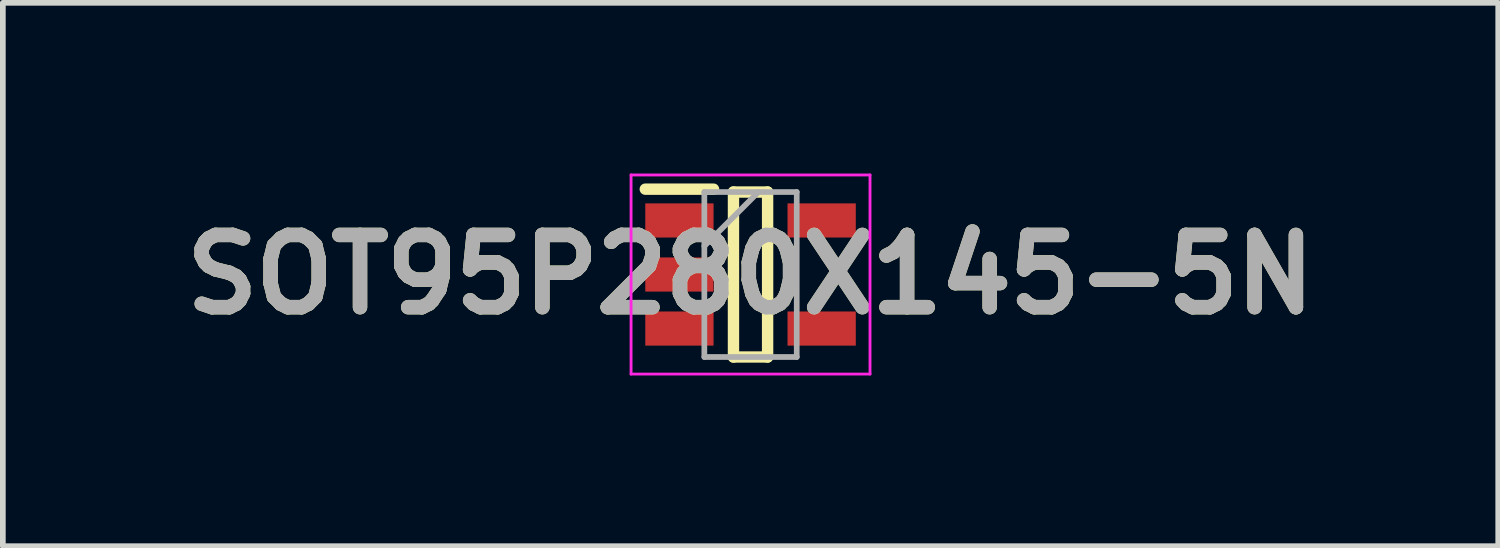
<source format=kicad_pcb>
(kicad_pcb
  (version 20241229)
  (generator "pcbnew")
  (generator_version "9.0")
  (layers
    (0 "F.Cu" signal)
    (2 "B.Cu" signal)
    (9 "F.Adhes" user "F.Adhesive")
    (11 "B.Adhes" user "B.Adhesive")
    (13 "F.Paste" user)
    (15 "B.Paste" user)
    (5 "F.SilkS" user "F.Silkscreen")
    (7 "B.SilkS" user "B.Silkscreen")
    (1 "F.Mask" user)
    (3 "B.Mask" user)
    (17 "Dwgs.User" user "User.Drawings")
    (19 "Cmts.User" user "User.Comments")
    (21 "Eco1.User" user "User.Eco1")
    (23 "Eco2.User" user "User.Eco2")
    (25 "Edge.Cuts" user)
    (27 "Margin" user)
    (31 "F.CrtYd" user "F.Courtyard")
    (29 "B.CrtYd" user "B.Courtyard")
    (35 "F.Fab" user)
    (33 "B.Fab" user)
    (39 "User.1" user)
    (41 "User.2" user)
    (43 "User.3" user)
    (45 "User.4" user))
  (footprint "SOT95P280X145-5N"
    (layer "F.Cu")
    (at 10.142 1.775)
    (property "Reference" "SOT95P280X145-5N" (at 0 0 0) (layer "F.SilkS") (effects (font (size 1.27 1.27) (thickness 0.254))))
    (attr smd)
    (fp_line (start -1.85 -1.5) (end -0.65 -1.5) (stroke (width 0.2) (type solid)) (layer "F.SilkS"))
    (fp_line (start -0.3 -1.45) (end 0.3 -1.45) (stroke (width 0.2) (type solid)) (layer "F.SilkS"))
    (fp_line (start -0.3 1.45) (end -0.3 -1.45) (stroke (width 0.2) (type solid)) (layer "F.SilkS"))
    (fp_line (start 0.3 -1.45) (end 0.3 1.45) (stroke (width 0.2) (type solid)) (layer "F.SilkS"))
    (fp_line (start 0.3 1.45) (end -0.3 1.45) (stroke (width 0.2) (type solid)) (layer "F.SilkS"))
    (fp_line (start -2.1 -1.75) (end 2.1 -1.75) (stroke (width 0.05) (type solid)) (layer "F.CrtYd"))
    (fp_line (start -2.1 1.75) (end -2.1 -1.75) (stroke (width 0.05) (type solid)) (layer "F.CrtYd"))
    (fp_line (start 2.1 -1.75) (end 2.1 1.75) (stroke (width 0.05) (type solid)) (layer "F.CrtYd"))
    (fp_line (start 2.1 1.75) (end -2.1 1.75) (stroke (width 0.05) (type solid)) (layer "F.CrtYd"))
    (fp_line (start -0.812 -1.45) (end 0.812 -1.45) (stroke (width 0.1) (type solid)) (layer "F.Fab"))
    (fp_line (start -0.812 -0.5) (end 0.138 -1.45) (stroke (width 0.1) (type solid)) (layer "F.Fab"))
    (fp_line (start -0.812 1.45) (end -0.812 -1.45) (stroke (width 0.1) (type solid)) (layer "F.Fab"))
    (fp_line (start 0.812 -1.45) (end 0.812 1.45) (stroke (width 0.1) (type solid)) (layer "F.Fab"))
    (fp_line (start 0.812 1.45) (end -0.812 1.45) (stroke (width 0.1) (type solid)) (layer "F.Fab"))
    (fp_text user "${REFERENCE}" (at 0 0 0) (layer "F.Fab") (effects (font (size 1.27 1.27) (thickness 0.254))))
    (pad "1" smd rect (at -1.25 -0.95 90) (size 0.6 1.2) (layers "F.Cu" "F.Mask" "F.Paste"))
    (pad "2" smd rect (at -1.25 0 90) (size 0.6 1.2) (layers "F.Cu" "F.Mask" "F.Paste"))
    (pad "3" smd rect (at -1.25 0.95 90) (size 0.6 1.2) (layers "F.Cu" "F.Mask" "F.Paste"))
    (pad "4" smd rect (at 1.25 0.95 90) (size 0.6 1.2) (layers "F.Cu" "F.Mask" "F.Paste"))
    (pad "5" smd rect (at 1.25 -0.95 90) (size 0.6 1.2) (layers "F.Cu" "F.Mask" "F.Paste")))
  (gr_rect
    (start -3 -3)
    (end 23.284 6.55)
    (stroke (width 0.1) (type default))
    (fill no)
    (layer "Edge.Cuts")))
</source>
